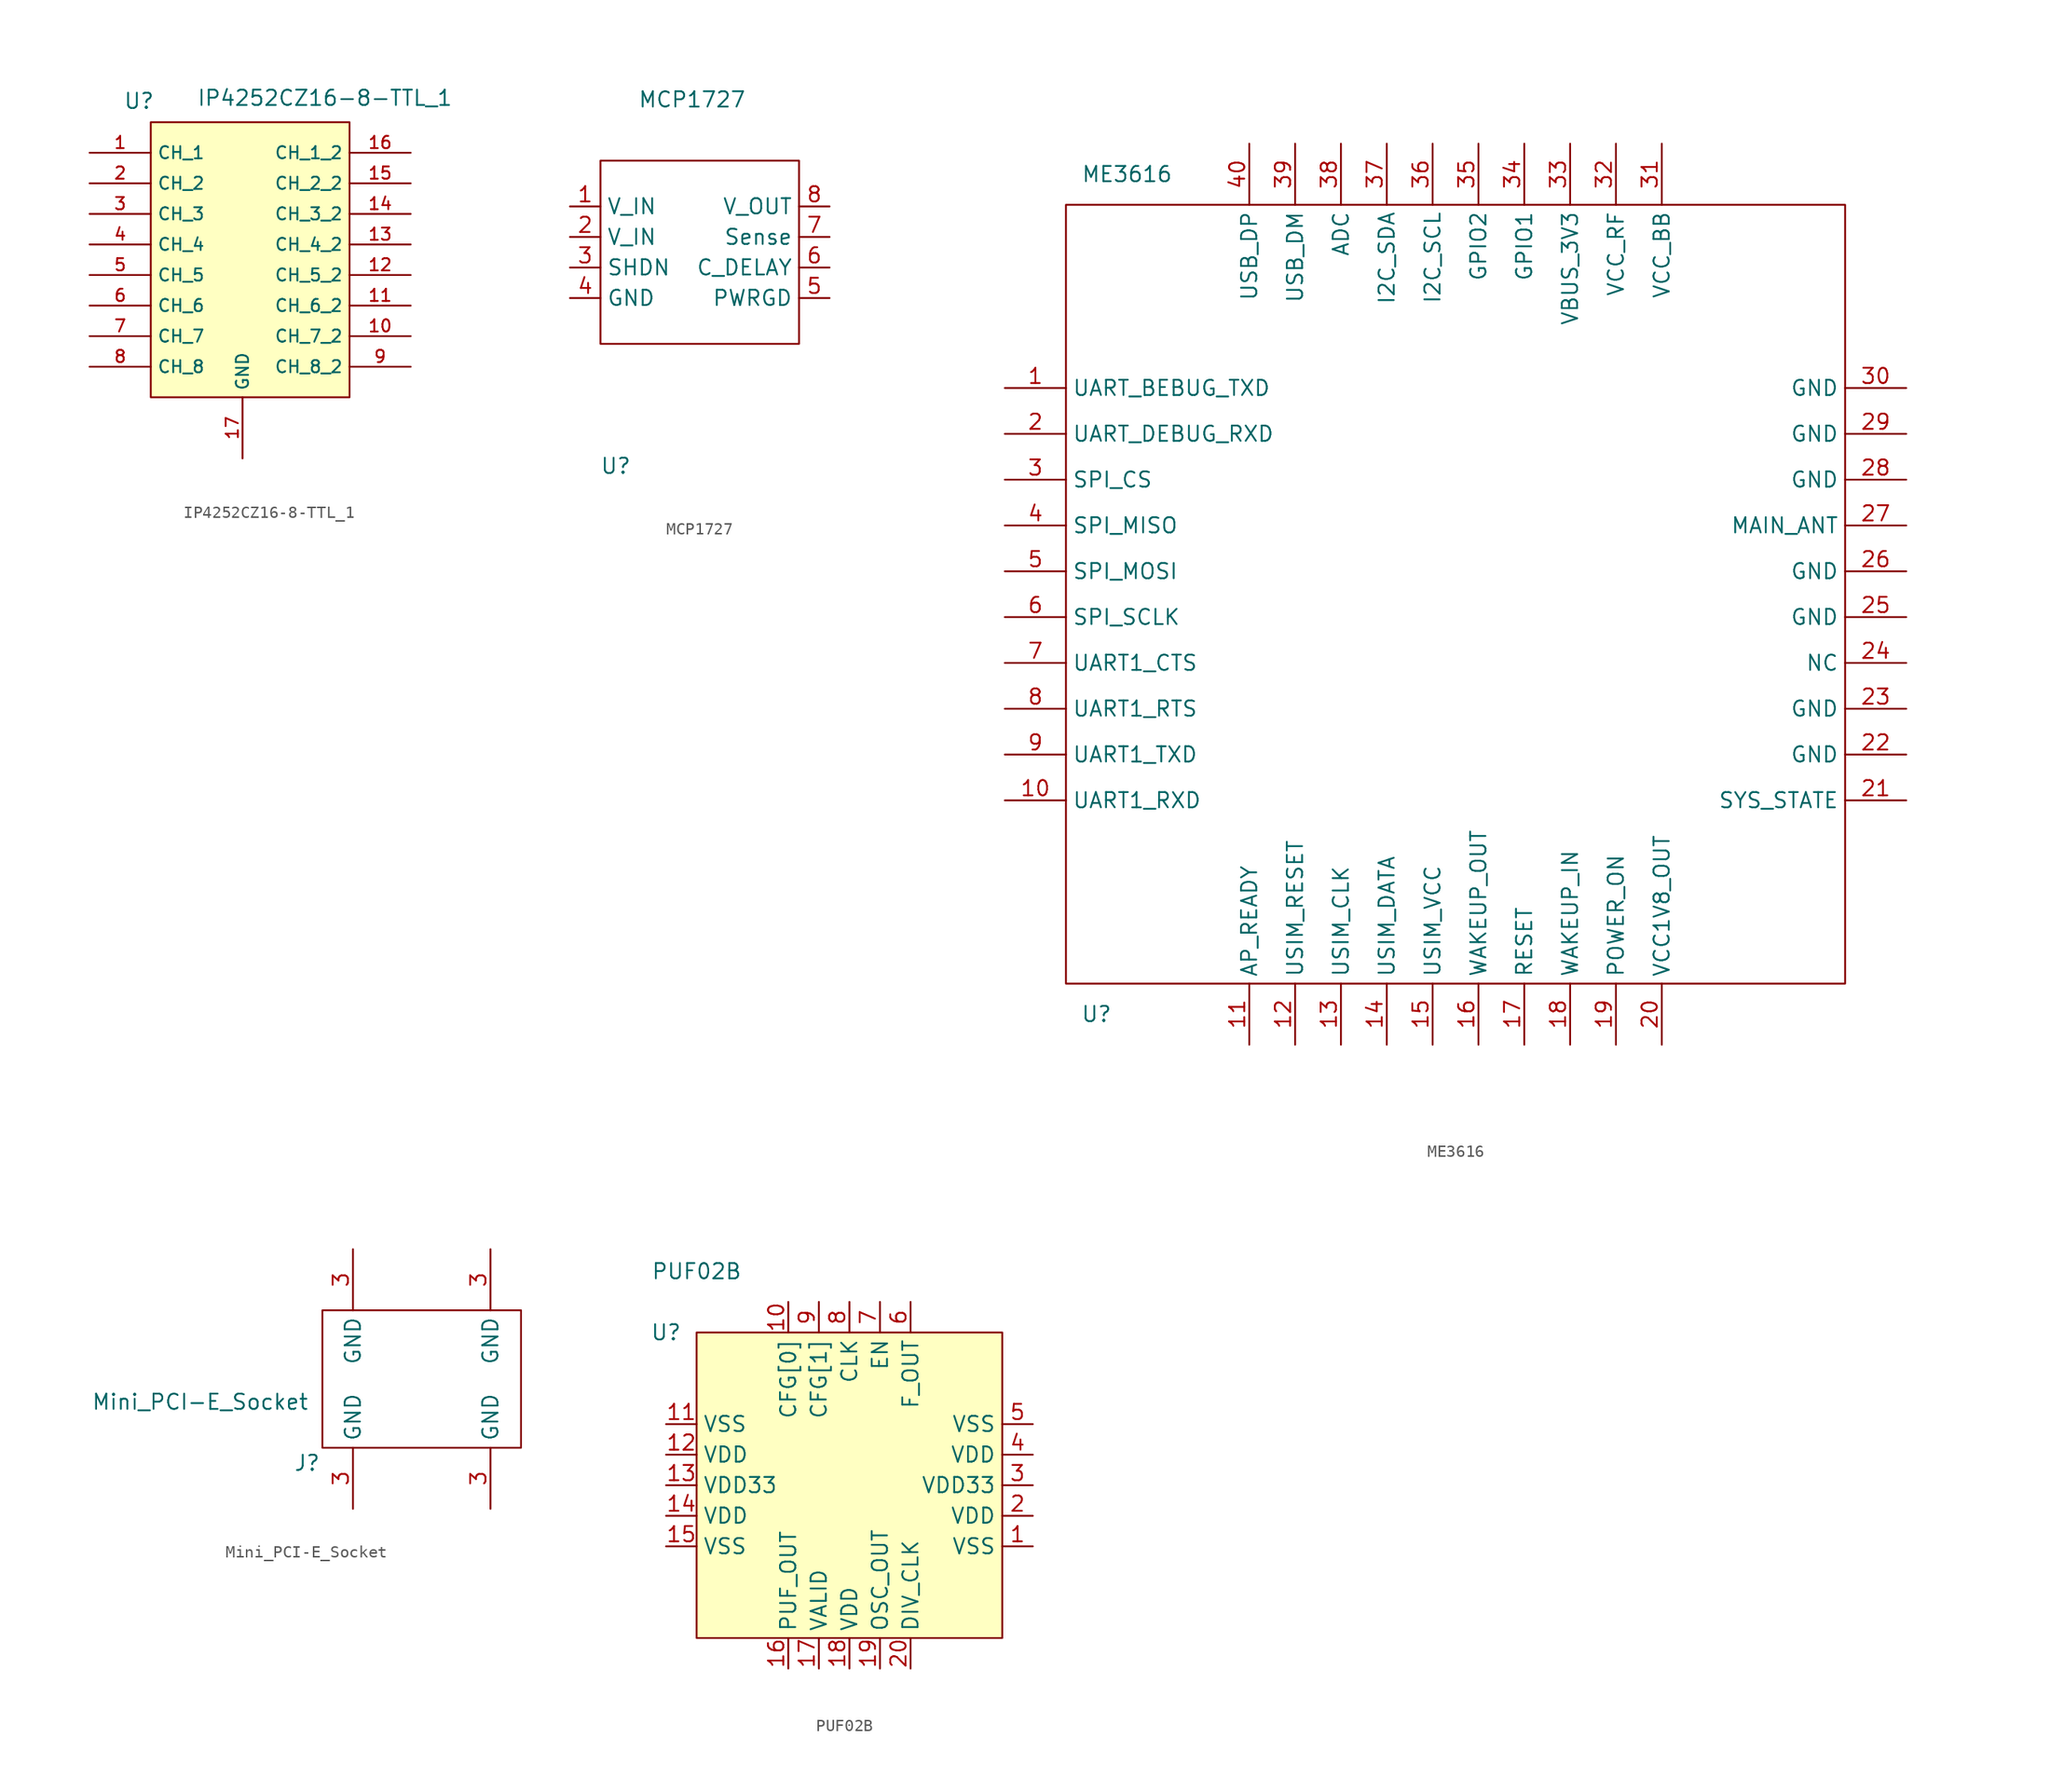
<source format=kicad_sym>
(kicad_symbol_lib
  (version 20200126)
  (host kicad_symbol_editor "(5.99.0-1734-g575ad7128)")
  (symbol "DLY_Customized:IP4252CZ16-8-TTL_1"
    (property "Reference" "U"
      (at -2.286 1.016 0)
      (effects (font (size 1.27 1.27)) (justify left bottom)))
    (property "Value" "IP4252CZ16-8-TTL_1"
      (at 3.81 1.27 0)
      (effects (font (size 1.27 1.27)) (justify left bottom)))
    (symbol "IP4252CZ16-8-TTL_1_1_1"
      (rectangle (start 0 0) (end 16.51 -22.86) (fill (type background))))
    (symbol "IP4252CZ16-8-TTL_1_0_0"
      (pin bidirectional line (at -5.08 -2.54 0) (length 5.08) (name "CH_1" (effects (font (size 1.016 1.016)))) (number "1" (effects (font (size 1.016 1.016)))))
      (pin bidirectional line (at 21.59 -17.78 180) (length 5.08) (name "CH_7_2" (effects (font (size 1.016 1.016)))) (number "10" (effects (font (size 1.016 1.016)))))
      (pin bidirectional line (at 21.59 -15.24 180) (length 5.08) (name "CH_6_2" (effects (font (size 1.016 1.016)))) (number "11" (effects (font (size 1.016 1.016)))))
      (pin bidirectional line (at 21.59 -12.7 180) (length 5.08) (name "CH_5_2" (effects (font (size 1.016 1.016)))) (number "12" (effects (font (size 1.016 1.016)))))
      (pin bidirectional line (at 21.59 -10.16 180) (length 5.08) (name "CH_4_2" (effects (font (size 1.016 1.016)))) (number "13" (effects (font (size 1.016 1.016)))))
      (pin bidirectional line (at 21.59 -7.62 180) (length 5.08) (name "CH_3_2" (effects (font (size 1.016 1.016)))) (number "14" (effects (font (size 1.016 1.016)))))
      (pin bidirectional line (at 21.59 -5.08 180) (length 5.08) (name "CH_2_2" (effects (font (size 1.016 1.016)))) (number "15" (effects (font (size 1.016 1.016)))))
      (pin bidirectional line (at 21.59 -2.54 180) (length 5.08) (name "CH_1_2" (effects (font (size 1.016 1.016)))) (number "16" (effects (font (size 1.016 1.016)))))
      (pin power_out line (at 7.62 -27.94 90) (length 5.08) (name "GND" (effects (font (size 1.016 1.016)))) (number "17" (effects (font (size 1.016 1.016)))))
      (pin bidirectional line (at -5.08 -5.08 0) (length 5.08) (name "CH_2" (effects (font (size 1.016 1.016)))) (number "2" (effects (font (size 1.016 1.016)))))
      (pin bidirectional line (at -5.08 -7.62 0) (length 5.08) (name "CH_3" (effects (font (size 1.016 1.016)))) (number "3" (effects (font (size 1.016 1.016)))))
      (pin bidirectional line (at -5.08 -10.16 0) (length 5.08) (name "CH_4" (effects (font (size 1.016 1.016)))) (number "4" (effects (font (size 1.016 1.016)))))
      (pin bidirectional line (at -5.08 -12.7 0) (length 5.08) (name "CH_5" (effects (font (size 1.016 1.016)))) (number "5" (effects (font (size 1.016 1.016)))))
      (pin bidirectional line (at -5.08 -15.24 0) (length 5.08) (name "CH_6" (effects (font (size 1.016 1.016)))) (number "6" (effects (font (size 1.016 1.016)))))
      (pin bidirectional line (at -5.08 -17.78 0) (length 5.08) (name "CH_7" (effects (font (size 1.016 1.016)))) (number "7" (effects (font (size 1.016 1.016)))))
      (pin bidirectional line (at -5.08 -20.32 0) (length 5.08) (name "CH_8" (effects (font (size 1.016 1.016)))) (number "8" (effects (font (size 1.016 1.016)))))
      (pin bidirectional line (at 21.59 -20.32 180) (length 5.08) (name "CH_8_2" (effects (font (size 1.016 1.016)))) (number "9" (effects (font (size 1.016 1.016)))))))
  (symbol "DLY_Customized:MCP1727"
    (property "Reference" "U"
      (at 1.27 -10.16 0))
    (property "Value" "MCP1727"
      (at 7.62 20.32 0))
    (symbol "MCP1727_0_1"
      (rectangle (start 0 15.24) (end 16.51 0)))
    (symbol "MCP1727_1_1"
      (pin power_in line (at -2.54 11.43 0) (length 2.54) (name "V_IN") (number "1"))
      (pin power_in line (at -2.54 8.89 0) (length 2.54) (name "V_IN") (number "2"))
      (pin input line (at -2.54 6.35 0) (length 2.54) (name "SHDN") (number "3"))
      (pin input line (at -2.54 3.81 0) (length 2.54) (name "GND") (number "4"))
      (pin input line (at 19.05 3.81 180) (length 2.54) (name "PWRGD") (number "5"))
      (pin input line (at 19.05 6.35 180) (length 2.54) (name "C_DELAY") (number "6"))
      (pin input line (at 19.05 8.89 180) (length 2.54) (name "Sense") (number "7"))
      (pin power_out line (at 19.05 11.43 180) (length 2.54) (name "V_OUT") (number "8"))))
  (symbol "DLY_Customized:ME3616"
    (property "Reference" "U"
      (at 2.54 -2.54 0))
    (property "Value" "ME3616"
      (at 5.08 67.31 0))
    (symbol "ME3616_0_1"
      (rectangle (start 0 64.77) (end 64.77 0)))
    (symbol "ME3616_1_1"
      (pin output line (at -5.08 49.53 0) (length 5.08) (name "UART_BEBUG_TXD") (number "1"))
      (pin input line (at -5.08 15.24 0) (length 5.08) (name "UART1_RXD") (number "10"))
      (pin input line (at 15.24 -5.08 90) (length 5.08) (name "AP_READY") (number "11"))
      (pin input line (at 19.05 -5.08 90) (length 5.08) (name "USIM_RESET") (number "12"))
      (pin input line (at 22.86 -5.08 90) (length 5.08) (name "USIM_CLK") (number "13"))
      (pin input line (at 26.67 -5.08 90) (length 5.08) (name "USIM_DATA") (number "14"))
      (pin input line (at 30.48 -5.08 90) (length 5.08) (name "USIM_VCC") (number "15"))
      (pin output line (at 34.29 -5.08 90) (length 5.08) (name "WAKEUP_OUT") (number "16"))
      (pin input line (at 38.1 -5.08 90) (length 5.08) (name "RESET") (number "17"))
      (pin input line (at 41.91 -5.08 90) (length 5.08) (name "WAKEUP_IN") (number "18"))
      (pin input line (at 45.72 -5.08 90) (length 5.08) (name "POWER_ON") (number "19"))
      (pin input line (at -5.08 45.72 0) (length 5.08) (name "UART_DEBUG_RXD") (number "2"))
      (pin power_out line (at 49.53 -5.08 90) (length 5.08) (name "VCC1V8_OUT") (number "20"))
      (pin output line (at 69.85 15.24 180) (length 5.08) (name "SYS_STATE") (number "21"))
      (pin input line (at 69.85 19.05 180) (length 5.08) (name "GND") (number "22"))
      (pin input line (at 69.85 22.86 180) (length 5.08) (name "GND") (number "23"))
      (pin input line (at 69.85 26.67 180) (length 5.08) (name "NC") (number "24"))
      (pin input line (at 69.85 30.48 180) (length 5.08) (name "GND") (number "25"))
      (pin input line (at 69.85 34.29 180) (length 5.08) (name "GND") (number "26"))
      (pin input line (at 69.85 38.1 180) (length 5.08) (name "MAIN_ANT") (number "27"))
      (pin input line (at 69.85 41.91 180) (length 5.08) (name "GND") (number "28"))
      (pin input line (at 69.85 45.72 180) (length 5.08) (name "GND") (number "29"))
      (pin input line (at -5.08 41.91 0) (length 5.08) (name "SPI_CS") (number "3"))
      (pin input line (at 69.85 49.53 180) (length 5.08) (name "GND") (number "30"))
      (pin input line (at 49.53 69.85 270) (length 5.08) (name "VCC_BB") (number "31"))
      (pin input line (at 45.72 69.85 270) (length 5.08) (name "VCC_RF") (number "32"))
      (pin input line (at 41.91 69.85 270) (length 5.08) (name "VBUS_3V3") (number "33"))
      (pin bidirectional line (at 38.1 69.85 270) (length 5.08) (name "GPIO1") (number "34"))
      (pin bidirectional line (at 34.29 69.85 270) (length 5.08) (name "GPIO2") (number "35"))
      (pin bidirectional line (at 30.48 69.85 270) (length 5.08) (name "I2C_SCL") (number "36"))
      (pin bidirectional line (at 26.67 69.85 270) (length 5.08) (name "I2C_SDA") (number "37"))
      (pin input line (at 22.86 69.85 270) (length 5.08) (name "ADC") (number "38"))
      (pin input line (at 19.05 69.85 270) (length 5.08) (name "USB_DM") (number "39"))
      (pin bidirectional line (at -5.08 38.1 0) (length 5.08) (name "SPI_MISO") (number "4"))
      (pin input line (at 15.24 69.85 270) (length 5.08) (name "USB_DP") (number "40"))
      (pin bidirectional line (at -5.08 34.29 0) (length 5.08) (name "SPI_MOSI") (number "5"))
      (pin input line (at -5.08 30.48 0) (length 5.08) (name "SPI_SCLK") (number "6"))
      (pin input line (at -5.08 26.67 0) (length 5.08) (name "UART1_CTS") (number "7"))
      (pin input line (at -5.08 22.86 0) (length 5.08) (name "UART1_RTS") (number "8"))
      (pin output line (at -5.08 19.05 0) (length 5.08) (name "UART1_TXD") (number "9"))))
  (symbol "DLY_Customized:Mini_PCI-E_Socket"
    (property "Reference" "J"
      (at -1.27 -1.27 0))
    (property "Value" "Mini_PCI-E_Socket"
      (at -10.16 3.81 0))
    (symbol "Mini_PCI-E_Socket_0_1"
      (polyline (pts (xy 0 11.43) (xy 0 0) (xy 16.51 0) (xy 16.51 11.43) (xy 0 11.43))))
    (symbol "Mini_PCI-E_Socket_1_1"
      (pin passive line (at 2.54 -5.08 90) (length 5.08) (name "GND") (number "3"))
      (pin passive line (at 2.54 16.51 270) (length 5.08) (name "GND") (number "3"))
      (pin passive line (at 13.97 -5.08 90) (length 5.08) (name "GND") (number "3"))
      (pin passive line (at 13.97 16.51 270) (length 5.08) (name "GND") (number "3"))))
  (symbol "DLY_Customized:PUF02B"
    (property "Reference" "U"
      (at -2.54 0 0))
    (property "Value" "PUF02B"
      (at 0 5.08 0))
    (symbol "PUF02B_0_1"
      (rectangle (start 0 0) (end 25.4 -25.4) (fill (type background))))
    (symbol "PUF02B_1_1"
      (pin power_in line (at 27.94 -17.78 180) (length 2.54) (name "VSS") (number "1"))
      (pin input line (at 7.62 2.54 270) (length 2.54) (name "CFG[0]") (number "10"))
      (pin input line (at -2.54 -7.62 0) (length 2.54) (name "VSS") (number "11"))
      (pin input line (at -2.54 -10.16 0) (length 2.54) (name "VDD") (number "12"))
      (pin input line (at -2.54 -12.7 0) (length 2.54) (name "VDD33") (number "13"))
      (pin power_in line (at -2.54 -15.24 0) (length 2.54) (name "VDD") (number "14"))
      (pin power_in line (at -2.54 -17.78 0) (length 2.54) (name "VSS") (number "15"))
      (pin output line (at 7.62 -27.94 90) (length 2.54) (name "PUF_OUT") (number "16"))
      (pin bidirectional line (at 10.16 -27.94 90) (length 2.54) (name "VALID") (number "17"))
      (pin power_in line (at 12.7 -27.94 90) (length 2.54) (name "VDD") (number "18"))
      (pin output line (at 15.24 -27.94 90) (length 2.54) (name "OSC_OUT") (number "19"))
      (pin power_in line (at 27.94 -15.24 180) (length 2.54) (name "VDD") (number "2"))
      (pin bidirectional line (at 17.78 -27.94 90) (length 2.54) (name "DIV_CLK") (number "20"))
      (pin power_in line (at 27.94 -12.7 180) (length 2.54) (name "VDD33") (number "3"))
      (pin power_in line (at 27.94 -10.16 180) (length 2.54) (name "VDD") (number "4"))
      (pin power_in line (at 27.94 -7.62 180) (length 2.54) (name "VSS") (number "5"))
      (pin input line (at 17.78 2.54 270) (length 2.54) (name "F_OUT") (number "6"))
      (pin input line (at 15.24 2.54 270) (length 2.54) (name "EN") (number "7"))
      (pin input line (at 12.7 2.54 270) (length 2.54) (name "CLK") (number "8"))
      (pin input line (at 10.16 2.54 270) (length 2.54) (name "CFG[1]") (number "9")))))
</source>
